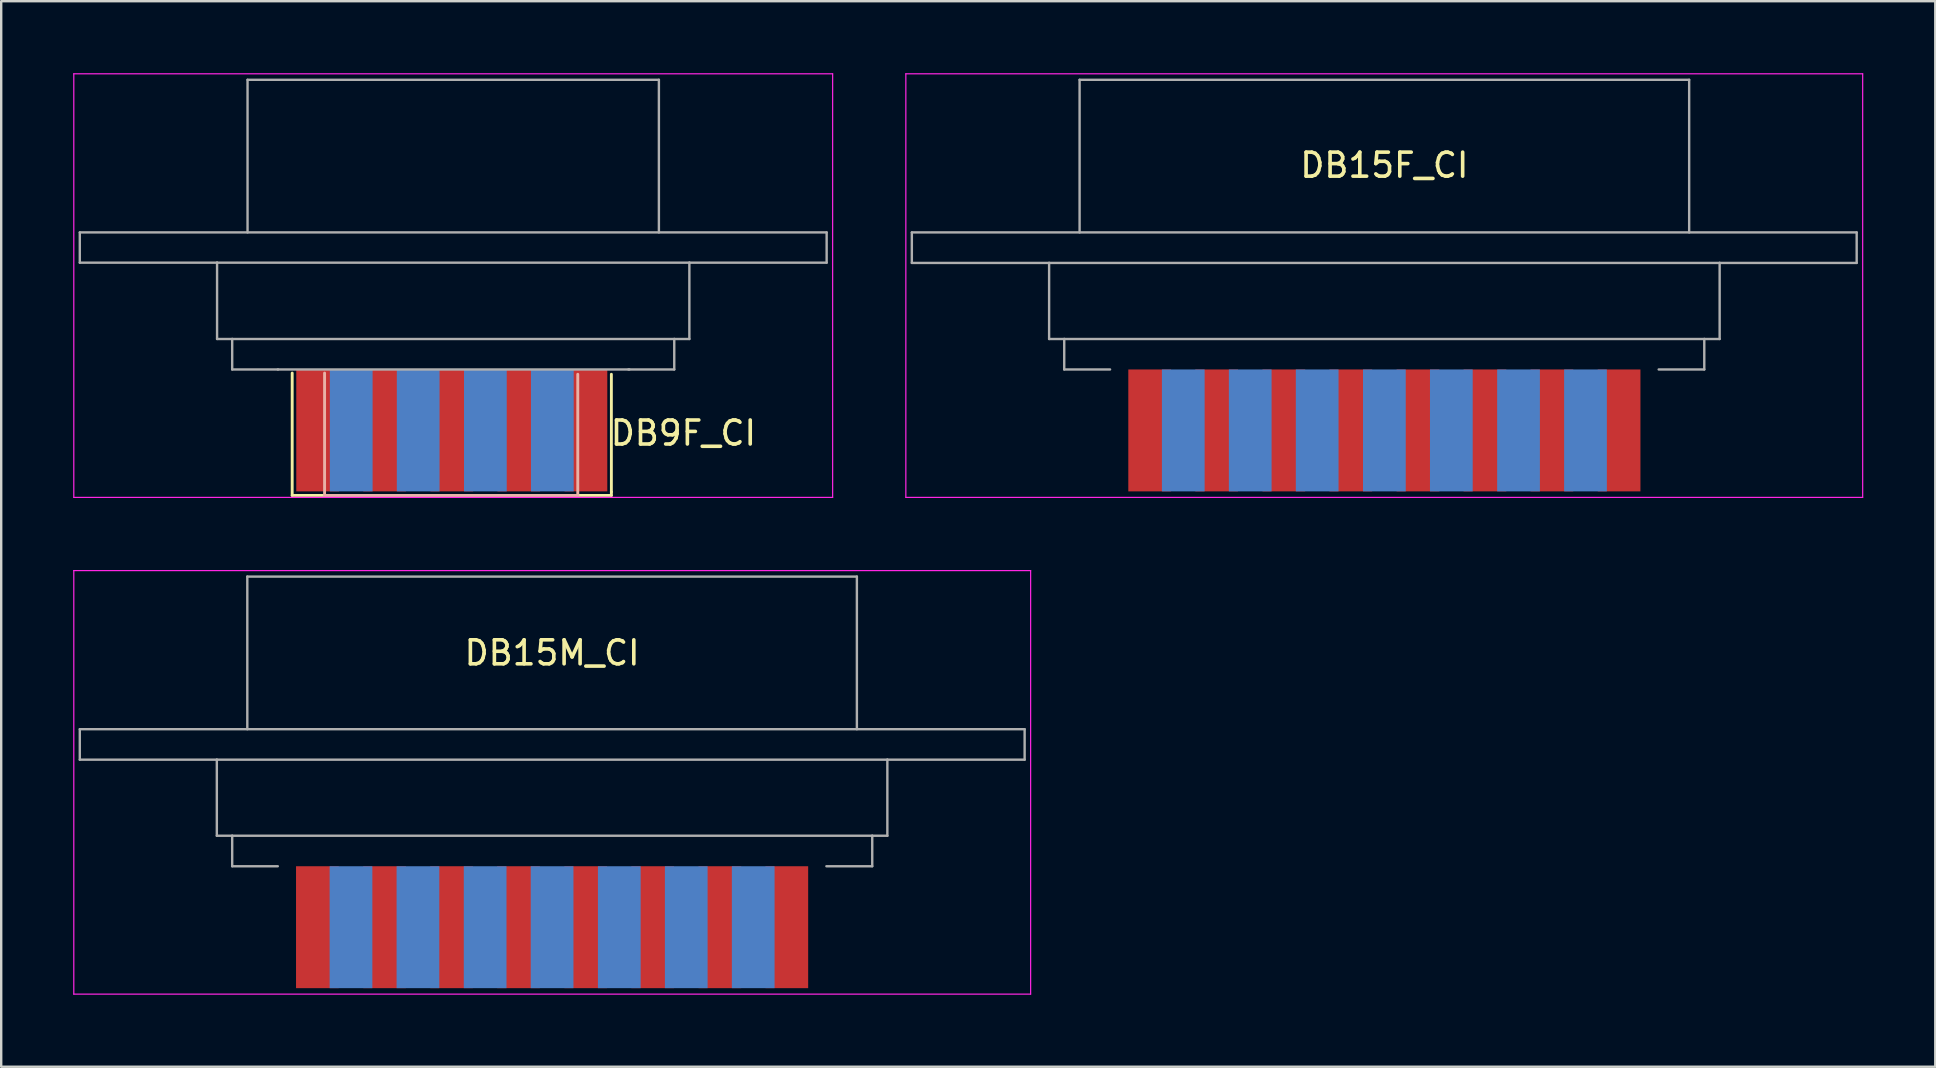
<source format=kicad_pcb>
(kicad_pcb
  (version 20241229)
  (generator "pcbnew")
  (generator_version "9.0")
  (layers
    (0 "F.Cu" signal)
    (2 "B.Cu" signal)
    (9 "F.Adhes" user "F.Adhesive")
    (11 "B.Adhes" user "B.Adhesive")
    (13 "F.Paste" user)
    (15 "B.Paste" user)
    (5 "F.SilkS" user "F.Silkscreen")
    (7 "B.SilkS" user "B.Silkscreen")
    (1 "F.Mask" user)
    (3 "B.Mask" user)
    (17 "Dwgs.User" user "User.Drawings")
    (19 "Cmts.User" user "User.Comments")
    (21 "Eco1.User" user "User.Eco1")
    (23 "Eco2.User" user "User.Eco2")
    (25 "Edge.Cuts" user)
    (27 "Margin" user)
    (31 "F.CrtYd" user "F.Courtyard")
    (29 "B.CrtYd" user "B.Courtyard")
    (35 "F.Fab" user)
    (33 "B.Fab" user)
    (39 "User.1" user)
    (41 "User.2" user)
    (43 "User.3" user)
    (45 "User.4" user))
  (footprint "DB15F_CI"
    (layer "F.Cu")
    (at 44.855 14.885)
    (property "Reference" "DB15F_CI" (at 9.78 -11.05 0) (layer "F.SilkS") (effects (font (size 1 1) (thickness 0.15))))
    (attr through_hole)
    (fp_line (start -10.16 -14.86) (end -10.16 2.79) (stroke (width 0.05) (type solid)) (layer "F.CrtYd"))
    (fp_line (start -10.16 -14.86) (end 29.71 -14.86) (stroke (width 0.05) (type solid)) (layer "F.CrtYd"))
    (fp_line (start 29.71 2.79) (end -10.16 2.79) (stroke (width 0.05) (type solid)) (layer "F.CrtYd"))
    (fp_line (start 29.71 2.79) (end 29.71 -14.86) (stroke (width 0.05) (type solid)) (layer "F.CrtYd"))
    (fp_line (start -9.91 -8.25) (end 29.46 -8.25) (stroke (width 0.1) (type solid)) (layer "F.Fab"))
    (fp_line (start -9.91 -6.98) (end -9.91 -8.25) (stroke (width 0.1) (type solid)) (layer "F.Fab"))
    (fp_line (start -4.19 -6.98) (end -9.91 -6.98) (stroke (width 0.1) (type solid)) (layer "F.Fab"))
    (fp_line (start -4.19 -6.98) (end 23.75 -6.98) (stroke (width 0.1) (type solid)) (layer "F.Fab"))
    (fp_line (start -4.19 -3.81) (end -4.19 -6.98) (stroke (width 0.1) (type solid)) (layer "F.Fab"))
    (fp_line (start -3.56 -3.81) (end -4.19 -3.81) (stroke (width 0.1) (type solid)) (layer "F.Fab"))
    (fp_line (start -3.56 -3.81) (end 23.11 -3.81) (stroke (width 0.1) (type solid)) (layer "F.Fab"))
    (fp_line (start -3.56 -2.54) (end -3.56 -3.81) (stroke (width 0.1) (type solid)) (layer "F.Fab"))
    (fp_line (start -2.92 -14.61) (end 22.48 -14.61) (stroke (width 0.1) (type solid)) (layer "F.Fab"))
    (fp_line (start -2.92 -8.25) (end -2.92 -14.61) (stroke (width 0.1) (type solid)) (layer "F.Fab"))
    (fp_line (start -1.65 -2.54) (end -3.56 -2.54) (stroke (width 0.1) (type solid)) (layer "F.Fab"))
    (fp_line (start 22.48 -14.61) (end 22.48 -8.25) (stroke (width 0.1) (type solid)) (layer "F.Fab"))
    (fp_line (start 23.11 -3.81) (end 23.11 -2.54) (stroke (width 0.1) (type solid)) (layer "F.Fab"))
    (fp_line (start 23.11 -2.54) (end 21.21 -2.54) (stroke (width 0.1) (type solid)) (layer "F.Fab"))
    (fp_line (start 23.75 -6.98) (end 23.75 -3.81) (stroke (width 0.1) (type solid)) (layer "F.Fab"))
    (fp_line (start 23.75 -3.81) (end 23.11 -3.81) (stroke (width 0.1) (type solid)) (layer "F.Fab"))
    (fp_line (start 29.46 -8.25) (end 29.46 -6.98) (stroke (width 0.1) (type solid)) (layer "F.Fab"))
    (fp_line (start 29.46 -6.98) (end 23.75 -6.98) (stroke (width 0.1) (type solid)) (layer "F.Fab"))
    (pad "1" connect rect (at 0 0) (size 1.78 5.08) (layers "F.Cu" "F.Mask"))
    (pad "2" connect rect (at 2.79 0) (size 1.78 5.08) (layers "F.Cu" "F.Mask"))
    (pad "3" connect rect (at 5.59 0) (size 1.78 5.08) (layers "F.Cu" "F.Mask"))
    (pad "4" connect rect (at 8.38 0) (size 1.78 5.08) (layers "F.Cu" "F.Mask"))
    (pad "5" connect rect (at 11.18 0) (size 1.78 5.08) (layers "F.Cu" "F.Mask"))
    (pad "6" connect rect (at 13.97 0) (size 1.78 5.08) (layers "F.Cu" "F.Mask"))
    (pad "7" connect rect (at 16.76 0) (size 1.78 5.08) (layers "F.Cu" "F.Mask"))
    (pad "8" connect rect (at 19.56 0) (size 1.78 5.08) (layers "F.Cu" "F.Mask"))
    (pad "9" connect rect (at 1.4 0) (size 1.78 5.08) (layers "B.Cu" "B.Mask"))
    (pad "10" connect rect (at 4.19 0) (size 1.78 5.08) (layers "B.Cu" "B.Mask"))
    (pad "11" connect rect (at 6.98 0) (size 1.78 5.08) (layers "B.Cu" "B.Mask"))
    (pad "12" connect rect (at 9.78 0) (size 1.78 5.08) (layers "B.Cu" "B.Mask"))
    (pad "13" connect rect (at 12.57 0) (size 1.78 5.08) (layers "B.Cu" "B.Mask"))
    (pad "14" connect rect (at 15.37 0) (size 1.78 5.08) (layers "B.Cu" "B.Mask"))
    (pad "15" connect rect (at 18.16 0) (size 1.78 5.08) (layers "B.Cu" "B.Mask")))
  (footprint "DB9F_CI"
    (layer "F.Cu")
    (at 15.775 14.885)
    (property "Reference" "DB9F_CI" (at 9.65 0.11 0) (layer "F.SilkS") (effects (font (size 1 1) (thickness 0.15))))
    (attr smd)
    (fp_line (start -6.65 2.71) (end -6.65 -2.39) (stroke (width 0.12) (type solid)) (layer "F.SilkS"))
    (fp_line (start 6.65 -2.34) (end 6.65 2.56) (stroke (width 0.12) (type solid)) (layer "F.SilkS"))
    (fp_line (start 6.65 2.56) (end 6.65 2.71) (stroke (width 0.12) (type solid)) (layer "F.SilkS"))
    (fp_line (start 6.65 2.71) (end -6.65 2.71) (stroke (width 0.12) (type solid)) (layer "F.SilkS"))
    (fp_line (start -5.3 -2.39) (end -5.3 2.71) (stroke (width 0.12) (type solid)) (layer "B.SilkS"))
    (fp_line (start -5.3 2.71) (end 5.25 2.71) (stroke (width 0.12) (type solid)) (layer "B.SilkS"))
    (fp_line (start 5.25 2.71) (end 5.25 -2.34) (stroke (width 0.12) (type solid)) (layer "B.SilkS"))
    (fp_line (start -15.75 -14.86) (end -15.75 2.79) (stroke (width 0.05) (type solid)) (layer "F.CrtYd"))
    (fp_line (start -15.75 -14.86) (end 15.87 -14.86) (stroke (width 0.05) (type solid)) (layer "F.CrtYd"))
    (fp_line (start 15.87 2.79) (end -15.75 2.79) (stroke (width 0.05) (type solid)) (layer "F.CrtYd"))
    (fp_line (start 15.87 2.79) (end 15.87 -14.86) (stroke (width 0.05) (type solid)) (layer "F.CrtYd"))
    (fp_line (start -15.5 -8.25) (end 15.62 -8.25) (stroke (width 0.1) (type solid)) (layer "F.Fab"))
    (fp_line (start -15.5 -6.99) (end -15.5 -8.25) (stroke (width 0.1) (type solid)) (layer "F.Fab"))
    (fp_line (start -9.78 -6.99) (end -15.5 -6.99) (stroke (width 0.1) (type solid)) (layer "F.Fab"))
    (fp_line (start -9.78 -3.81) (end -9.78 -6.99) (stroke (width 0.1) (type solid)) (layer "F.Fab"))
    (fp_line (start -9.15 -3.81) (end -9.78 -3.81) (stroke (width 0.1) (type solid)) (layer "F.Fab"))
    (fp_line (start -9.15 -2.54) (end -9.15 -3.81) (stroke (width 0.1) (type solid)) (layer "F.Fab"))
    (fp_line (start -8.51 -14.61) (end 8.63 -14.61) (stroke (width 0.1) (type solid)) (layer "F.Fab"))
    (fp_line (start -8.51 -8.25) (end -8.51 -14.61) (stroke (width 0.1) (type solid)) (layer "F.Fab"))
    (fp_line (start -7.25 -2.54) (end 7.4 -2.54) (stroke (width 0.1) (type solid)) (layer "F.Fab"))
    (fp_line (start -7.24 -2.54) (end -9.15 -2.54) (stroke (width 0.1) (type solid)) (layer "F.Fab"))
    (fp_line (start 7.36 -2.54) (end 9.27 -2.54) (stroke (width 0.1) (type solid)) (layer "F.Fab"))
    (fp_line (start 8.63 -8.25) (end 8.63 -14.61) (stroke (width 0.1) (type solid)) (layer "F.Fab"))
    (fp_line (start 9.27 -3.81) (end -9.15 -3.81) (stroke (width 0.1) (type solid)) (layer "F.Fab"))
    (fp_line (start 9.27 -2.54) (end 9.27 -3.81) (stroke (width 0.1) (type solid)) (layer "F.Fab"))
    (fp_line (start 9.9 -6.99) (end -9.78 -6.99) (stroke (width 0.1) (type solid)) (layer "F.Fab"))
    (fp_line (start 9.9 -3.81) (end 9.27 -3.81) (stroke (width 0.1) (type solid)) (layer "F.Fab"))
    (fp_line (start 9.9 -3.81) (end 9.9 -6.99) (stroke (width 0.1) (type solid)) (layer "F.Fab"))
    (fp_line (start 15.62 -6.99) (end 9.9 -6.99) (stroke (width 0.1) (type solid)) (layer "F.Fab"))
    (fp_line (start 15.62 -6.99) (end 15.62 -8.25) (stroke (width 0.1) (type solid)) (layer "F.Fab"))
    (pad "1" connect rect (at -5.59 0) (size 1.78 5.08) (layers "F.Cu" "F.Mask"))
    (pad "2" connect rect (at -2.8 0) (size 1.78 5.08) (layers "F.Cu" "F.Mask"))
    (pad "3" connect rect (at 0 0) (size 1.78 5.08) (layers "F.Cu" "F.Mask"))
    (pad "4" connect rect (at 2.79 0) (size 1.78 5.08) (layers "F.Cu" "F.Mask"))
    (pad "5" connect rect (at 5.59 0) (size 1.78 5.08) (layers "F.Cu" "F.Mask"))
    (pad "6" connect rect (at -4.19 0) (size 1.78 5.08) (layers "B.Cu" "B.Mask"))
    (pad "7" connect rect (at -1.4 0) (size 1.78 5.08) (layers "B.Cu" "B.Mask"))
    (pad "8" connect rect (at 1.4 0) (size 1.78 5.08) (layers "B.Cu" "B.Mask"))
    (pad "9" connect rect (at 4.19 0) (size 1.78 5.08) (layers "B.Cu" "B.Mask")))
  (footprint "DB15M_CI"
    (layer "F.Cu")
    (at 29.735 35.585)
    (property "Reference" "DB15M_CI" (at -9.78 -11.43 0) (layer "F.SilkS") (effects (font (size 1 1) (thickness 0.15))))
    (attr through_hole)
    (fp_line (start -29.71 -14.86) (end -29.71 2.79) (stroke (width 0.05) (type solid)) (layer "F.CrtYd"))
    (fp_line (start -29.71 -14.86) (end 10.16 -14.86) (stroke (width 0.05) (type solid)) (layer "F.CrtYd"))
    (fp_line (start 10.16 2.79) (end -29.71 2.79) (stroke (width 0.05) (type solid)) (layer "F.CrtYd"))
    (fp_line (start 10.16 2.79) (end 10.16 -14.86) (stroke (width 0.05) (type solid)) (layer "F.CrtYd"))
    (fp_line (start -29.46 -8.25) (end -29.46 -6.98) (stroke (width 0.1) (type solid)) (layer "F.Fab"))
    (fp_line (start -29.46 -6.98) (end -23.75 -6.98) (stroke (width 0.1) (type solid)) (layer "F.Fab"))
    (fp_line (start -23.75 -6.98) (end -23.75 -3.81) (stroke (width 0.1) (type solid)) (layer "F.Fab"))
    (fp_line (start -23.75 -3.81) (end -23.11 -3.81) (stroke (width 0.1) (type solid)) (layer "F.Fab"))
    (fp_line (start -23.11 -3.81) (end -23.11 -2.54) (stroke (width 0.1) (type solid)) (layer "F.Fab"))
    (fp_line (start -23.11 -2.54) (end -21.21 -2.54) (stroke (width 0.1) (type solid)) (layer "F.Fab"))
    (fp_line (start -22.48 -14.61) (end -22.48 -8.25) (stroke (width 0.1) (type solid)) (layer "F.Fab"))
    (fp_line (start 1.65 -2.54) (end 3.56 -2.54) (stroke (width 0.1) (type solid)) (layer "F.Fab"))
    (fp_line (start 2.92 -14.61) (end -22.48 -14.61) (stroke (width 0.1) (type solid)) (layer "F.Fab"))
    (fp_line (start 2.92 -8.25) (end 2.92 -14.61) (stroke (width 0.1) (type solid)) (layer "F.Fab"))
    (fp_line (start 3.56 -3.81) (end -23.11 -3.81) (stroke (width 0.1) (type solid)) (layer "F.Fab"))
    (fp_line (start 3.56 -3.81) (end 4.19 -3.81) (stroke (width 0.1) (type solid)) (layer "F.Fab"))
    (fp_line (start 3.56 -2.54) (end 3.56 -3.81) (stroke (width 0.1) (type solid)) (layer "F.Fab"))
    (fp_line (start 4.19 -6.98) (end -23.75 -6.98) (stroke (width 0.1) (type solid)) (layer "F.Fab"))
    (fp_line (start 4.19 -6.98) (end 9.91 -6.98) (stroke (width 0.1) (type solid)) (layer "F.Fab"))
    (fp_line (start 4.19 -3.81) (end 4.19 -6.98) (stroke (width 0.1) (type solid)) (layer "F.Fab"))
    (fp_line (start 9.91 -8.25) (end -29.46 -8.25) (stroke (width 0.1) (type solid)) (layer "F.Fab"))
    (fp_line (start 9.91 -6.98) (end 9.91 -8.25) (stroke (width 0.1) (type solid)) (layer "F.Fab"))
    (pad "1" connect rect (at 0 0 180) (size 1.78 5.08) (layers "F.Cu" "F.Mask"))
    (pad "2" connect rect (at -2.79 0 180) (size 1.78 5.08) (layers "F.Cu" "F.Mask"))
    (pad "3" connect rect (at -5.59 0 180) (size 1.78 5.08) (layers "F.Cu" "F.Mask"))
    (pad "4" connect rect (at -8.38 0 180) (size 1.78 5.08) (layers "F.Cu" "F.Mask"))
    (pad "5" connect rect (at -11.18 0 180) (size 1.78 5.08) (layers "F.Cu" "F.Mask"))
    (pad "6" connect rect (at -13.97 0 180) (size 1.78 5.08) (layers "F.Cu" "F.Mask"))
    (pad "7" connect rect (at -16.76 0 180) (size 1.78 5.08) (layers "F.Cu" "F.Mask"))
    (pad "8" connect rect (at -19.56 0 180) (size 1.78 5.08) (layers "F.Cu" "F.Mask"))
    (pad "9" connect rect (at -1.4 0 180) (size 1.78 5.08) (layers "B.Cu" "B.Mask"))
    (pad "10" connect rect (at -4.19 0 180) (size 1.78 5.08) (layers "B.Cu" "B.Mask"))
    (pad "11" connect rect (at -6.98 0 180) (size 1.78 5.08) (layers "B.Cu" "B.Mask"))
    (pad "12" connect rect (at -9.78 0 180) (size 1.78 5.08) (layers "B.Cu" "B.Mask"))
    (pad "13" connect rect (at -12.57 0 180) (size 1.78 5.08) (layers "B.Cu" "B.Mask"))
    (pad "14" connect rect (at -15.37 0 180) (size 1.78 5.08) (layers "B.Cu" "B.Mask"))
    (pad "15" connect rect (at -18.16 0 180) (size 1.78 5.08) (layers "B.Cu" "B.Mask")))
  (gr_rect
    (start -3 -3)
    (end 77.59 41.4)
    (stroke (width 0.1) (type default))
    (fill no)
    (layer "Edge.Cuts")))
</source>
